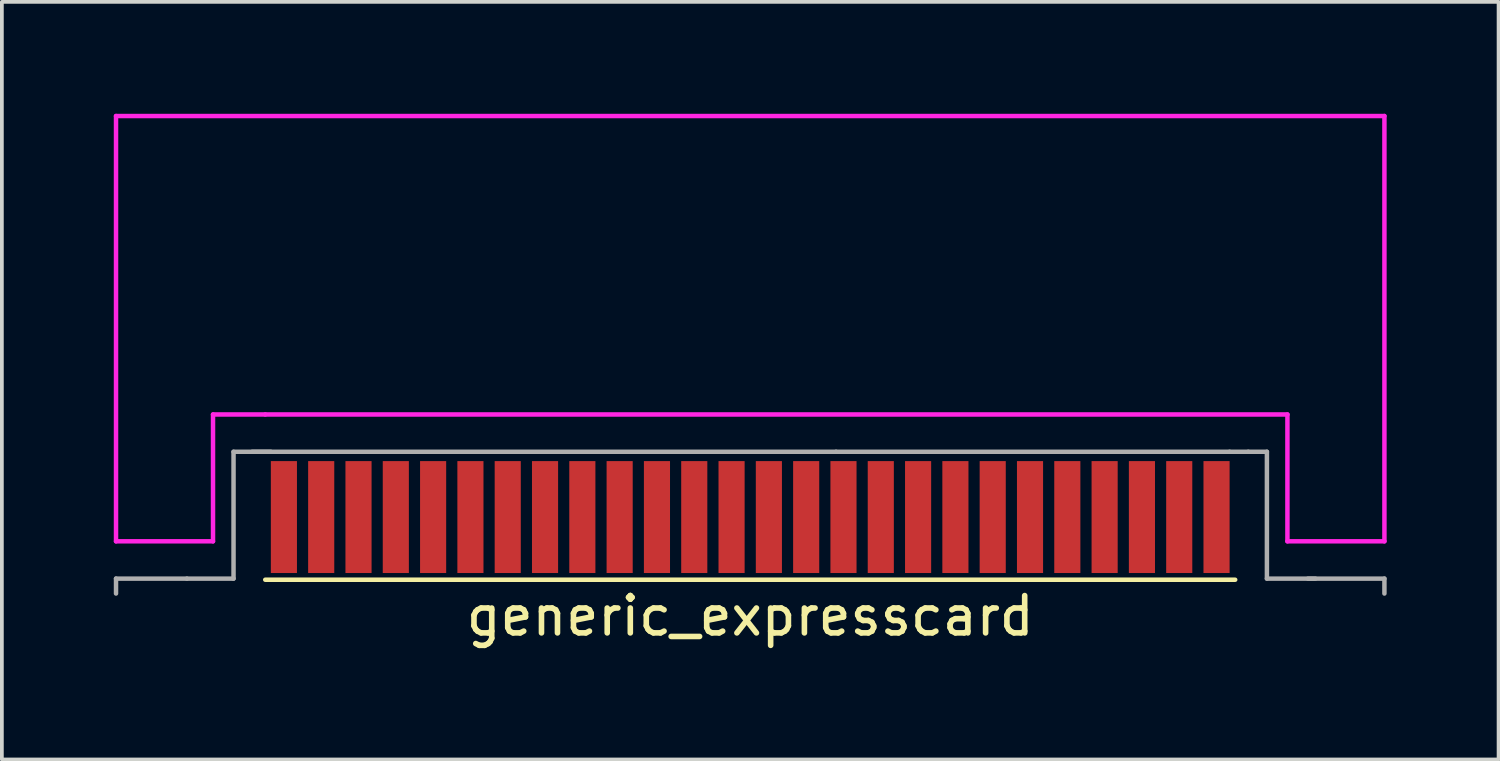
<source format=kicad_pcb>
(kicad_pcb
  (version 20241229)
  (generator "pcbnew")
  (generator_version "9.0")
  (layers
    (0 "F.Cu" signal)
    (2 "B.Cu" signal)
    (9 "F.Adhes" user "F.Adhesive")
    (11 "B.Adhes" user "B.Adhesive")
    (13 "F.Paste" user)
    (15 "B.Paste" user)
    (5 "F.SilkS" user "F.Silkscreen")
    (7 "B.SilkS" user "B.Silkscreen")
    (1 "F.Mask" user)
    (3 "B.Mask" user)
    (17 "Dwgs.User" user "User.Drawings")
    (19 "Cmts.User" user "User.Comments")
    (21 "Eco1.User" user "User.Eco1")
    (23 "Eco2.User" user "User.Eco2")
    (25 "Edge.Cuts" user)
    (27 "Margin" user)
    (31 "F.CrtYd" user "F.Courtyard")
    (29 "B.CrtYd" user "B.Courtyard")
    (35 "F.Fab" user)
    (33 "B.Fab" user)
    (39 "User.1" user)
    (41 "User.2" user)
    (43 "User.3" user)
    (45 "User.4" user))
  (footprint "generic_expresscard"
    (layer "F.Cu")
    (at 17.06 10.81)
    (property "Reference" "generic_expresscard" (at 0 2.65 0) (layer "F.SilkS") (effects (font (size 1 1) (thickness 0.15))))
    (attr smd)
    (fp_line (start -13 1.68) (end 13 1.68) (stroke (width 0.12) (type solid)) (layer "F.SilkS"))
    (fp_line (start -17 -10.75) (end 17 -10.75) (stroke (width 0.12) (type solid)) (layer "F.CrtYd"))
    (fp_line (start -17 0.65) (end -17 -10.75) (stroke (width 0.12) (type solid)) (layer "F.CrtYd"))
    (fp_line (start -14.4 -2.75) (end -14.4 0.65) (stroke (width 0.12) (type solid)) (layer "F.CrtYd"))
    (fp_line (start -14.4 0.65) (end -17 0.65) (stroke (width 0.12) (type solid)) (layer "F.CrtYd"))
    (fp_line (start -13 -2.75) (end -14.4 -2.75) (stroke (width 0.12) (type solid)) (layer "F.CrtYd"))
    (fp_line (start 14.4 -2.75) (end -13 -2.75) (stroke (width 0.12) (type solid)) (layer "F.CrtYd"))
    (fp_line (start 14.4 0.65) (end 14.4 -2.75) (stroke (width 0.12) (type solid)) (layer "F.CrtYd"))
    (fp_line (start 17 -10.75) (end 17 0.65) (stroke (width 0.12) (type solid)) (layer "F.CrtYd"))
    (fp_line (start 17 0.65) (end 14.4 0.65) (stroke (width 0.12) (type solid)) (layer "F.CrtYd"))
    (fp_line (start -17 1.65) (end -17 2.05) (stroke (width 0.12) (type solid)) (layer "F.Fab"))
    (fp_line (start -15.1 1.65) (end -17 1.65) (stroke (width 0.12) (type solid)) (layer "F.Fab"))
    (fp_line (start -13.85 -1.75) (end -13.85 1.65) (stroke (width 0.12) (type solid)) (layer "F.Fab"))
    (fp_line (start -13.85 1.65) (end -15.1 1.65) (stroke (width 0.12) (type solid)) (layer "F.Fab"))
    (fp_line (start -12.85 -1.75) (end -13.85 -1.75) (stroke (width 0.12) (type solid)) (layer "F.Fab"))
    (fp_line (start 2.3 -1.75) (end -13.35 -1.75) (stroke (width 0.12) (type solid)) (layer "F.Fab"))
    (fp_line (start 2.3 -1.75) (end 12.85 -1.75) (stroke (width 0.12) (type solid)) (layer "F.Fab"))
    (fp_line (start 12.85 -1.75) (end 13.35 -1.75) (stroke (width 0.12) (type solid)) (layer "F.Fab"))
    (fp_line (start 13.35 -1.75) (end 13.85 -1.75) (stroke (width 0.12) (type solid)) (layer "F.Fab"))
    (fp_line (start 13.85 -1.75) (end 13.85 1.65) (stroke (width 0.12) (type solid)) (layer "F.Fab"))
    (fp_line (start 13.85 1.65) (end 15.15 1.65) (stroke (width 0.12) (type solid)) (layer "F.Fab"))
    (fp_line (start 14.95 1.65) (end 17 1.65) (stroke (width 0.12) (type solid)) (layer "F.Fab"))
    (fp_line (start 17 1.65) (end 17 2.05) (stroke (width 0.12) (type solid)) (layer "F.Fab"))
    (pad "1" smd rect (at -12.5 0) (size 0.7 3) (layers "F.Cu" "F.Mask" "F.Paste"))
    (pad "2" smd rect (at -11.5 0) (size 0.7 3) (layers "F.Cu" "F.Mask" "F.Paste"))
    (pad "3" smd rect (at -10.5 0) (size 0.7 3) (layers "F.Cu" "F.Mask" "F.Paste"))
    (pad "4" smd rect (at -9.5 0) (size 0.7 3) (layers "F.Cu" "F.Mask" "F.Paste"))
    (pad "5" smd rect (at -8.5 0) (size 0.7 3) (layers "F.Cu" "F.Mask" "F.Paste"))
    (pad "6" smd rect (at -7.5 0) (size 0.7 3) (layers "F.Cu" "F.Mask" "F.Paste"))
    (pad "7" smd rect (at -6.5 0) (size 0.7 3) (layers "F.Cu" "F.Mask" "F.Paste"))
    (pad "8" smd rect (at -5.5 0) (size 0.7 3) (layers "F.Cu" "F.Mask" "F.Paste"))
    (pad "9" smd rect (at -4.5 0) (size 0.7 3) (layers "F.Cu" "F.Mask" "F.Paste"))
    (pad "10" smd rect (at -3.5 0) (size 0.7 3) (layers "F.Cu" "F.Mask" "F.Paste"))
    (pad "11" smd rect (at -2.5 0) (size 0.7 3) (layers "F.Cu" "F.Mask" "F.Paste"))
    (pad "12" smd rect (at -1.5 0) (size 0.7 3) (layers "F.Cu" "F.Mask" "F.Paste"))
    (pad "13" smd rect (at -0.5 0) (size 0.7 3) (layers "F.Cu" "F.Mask" "F.Paste"))
    (pad "14" smd rect (at 0.5 0) (size 0.7 3) (layers "F.Cu" "F.Mask" "F.Paste"))
    (pad "15" smd rect (at 1.5 0) (size 0.7 3) (layers "F.Cu" "F.Mask" "F.Paste"))
    (pad "16" smd rect (at 2.5 0) (size 0.7 3) (layers "F.Cu" "F.Mask" "F.Paste"))
    (pad "17" smd rect (at 3.5 0) (size 0.7 3) (layers "F.Cu" "F.Mask" "F.Paste"))
    (pad "18" smd rect (at 4.5 0) (size 0.7 3) (layers "F.Cu" "F.Mask" "F.Paste"))
    (pad "19" smd rect (at 5.5 0) (size 0.7 3) (layers "F.Cu" "F.Mask" "F.Paste"))
    (pad "20" smd rect (at 6.5 0) (size 0.7 3) (layers "F.Cu" "F.Mask" "F.Paste"))
    (pad "21" smd rect (at 7.5 0) (size 0.7 3) (layers "F.Cu" "F.Mask" "F.Paste"))
    (pad "22" smd rect (at 8.5 0) (size 0.7 3) (layers "F.Cu" "F.Mask" "F.Paste"))
    (pad "23" smd rect (at 9.5 0) (size 0.7 3) (layers "F.Cu" "F.Mask" "F.Paste"))
    (pad "24" smd rect (at 10.5 0) (size 0.7 3) (layers "F.Cu" "F.Mask" "F.Paste"))
    (pad "25" smd rect (at 11.5 0) (size 0.7 3) (layers "F.Cu" "F.Mask" "F.Paste"))
    (pad "26" smd rect (at 12.5 0) (size 0.7 3) (layers "F.Cu" "F.Mask" "F.Paste")))
  (gr_rect
    (start -3 -3)
    (end 37.12 17.308)
    (stroke (width 0.1) (type default))
    (fill no)
    (layer "Edge.Cuts")))
</source>
